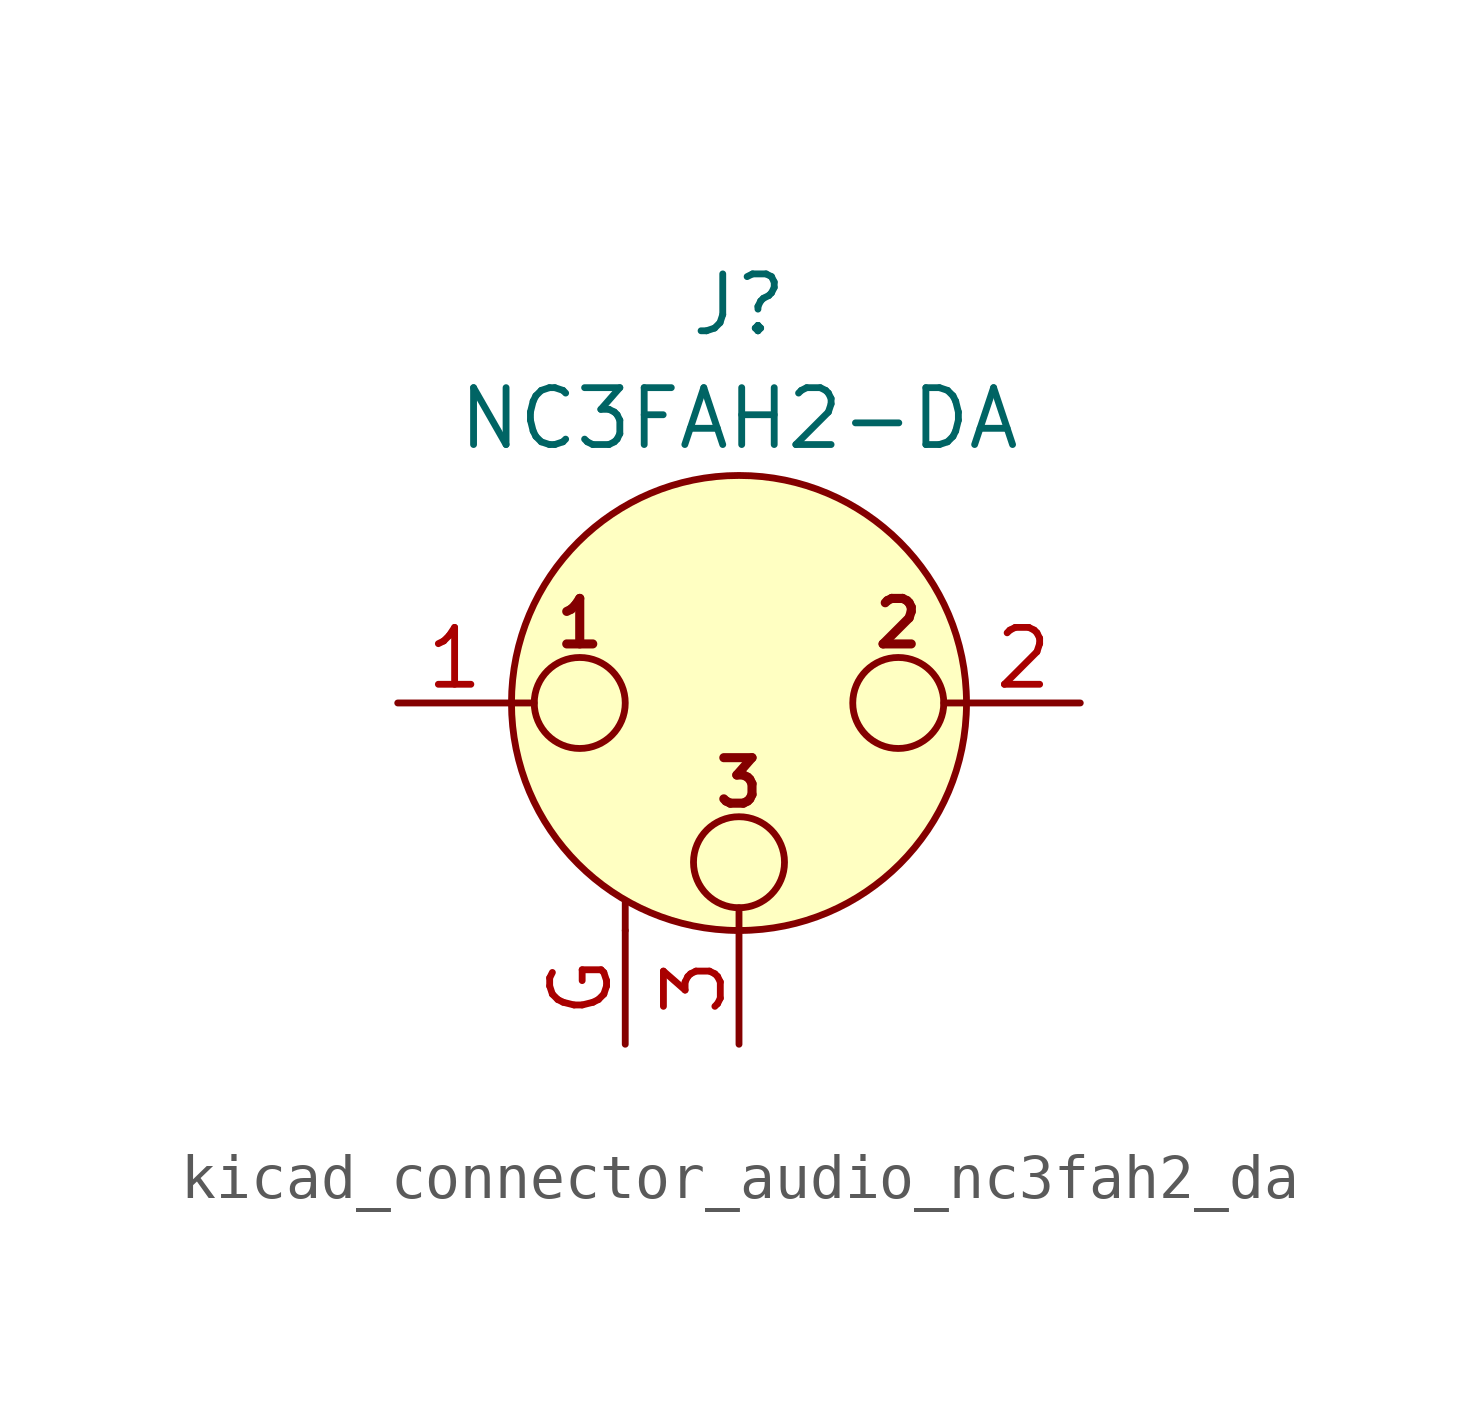
<source format=kicad_sym>
(kicad_symbol_lib
  (version 20220914)
  (generator kicad_symbol_editor)
  (symbol "kicad_connector_audio_nc3fah2_da"
    (pin_names hide)
    (property "Reference" "J"
      (at 0 8.89 0)
      (effects (font (size 1.27 1.27))))
    (property "Value" "NC3FAH2-DA"
      (at 0 6.35 0)
      (effects (font (size 1.27 1.27))))
    (symbol "kicad_connector_audio_nc3fah2_da_0_1"
      (circle (center -3.556 0) (radius 1.016) (stroke (width 0) (type default)) (fill (type none)))
      (circle (center 0 -3.556) (radius 1.016) (stroke (width 0) (type default)) (fill (type none)))
      (polyline (pts (xy -5.08 0) (xy -4.572 0)) (stroke (width 0) (type default)) (fill (type none)))
      (polyline (pts (xy -2.54 -5.08) (xy -2.54 -4.445)) (stroke (width 0) (type default)) (fill (type none)))
      (polyline (pts (xy 0 -5.08) (xy 0 -4.572)) (stroke (width 0) (type default)) (fill (type none)))
      (polyline (pts (xy 5.08 0) (xy 4.572 0)) (stroke (width 0) (type default)) (fill (type none)))
      (circle (center 0 0) (radius 5.08) (stroke (width 0) (type default)) (fill (type background)))
      (circle (center 3.556 0) (radius 1.016) (stroke (width 0) (type default)) (fill (type none)))
      (text "1" (at -3.556 1.778 0) (effects (font (size 1.016 1.016) bold)))
      (text "2" (at 3.556 1.778 0) (effects (font (size 1.016 1.016) bold)))
      (text "3" (at 0 -1.778 0) (effects (font (size 1.016 1.016) bold)))
      (pin passive line (at -7.62 0 0) (length 2.54) (name "~" (effects (font (size 1.27 1.27)))) (number "1" (effects (font (size 1.27 1.27)))))
      (pin passive line (at 7.62 0 180) (length 2.54) (name "~" (effects (font (size 1.27 1.27)))) (number "2" (effects (font (size 1.27 1.27)))))
      (pin passive line (at 0 -7.62 90) (length 2.54) (name "~" (effects (font (size 1.27 1.27)))) (number "3" (effects (font (size 1.27 1.27))))))
    (symbol "kicad_connector_audio_nc3fah2_da_1_1"
      (pin passive line (at -2.54 -7.62 90) (length 2.54) (name "~" (effects (font (size 1.27 1.27)))) (number "G" (effects (font (size 1.27 1.27))))))))
</source>
